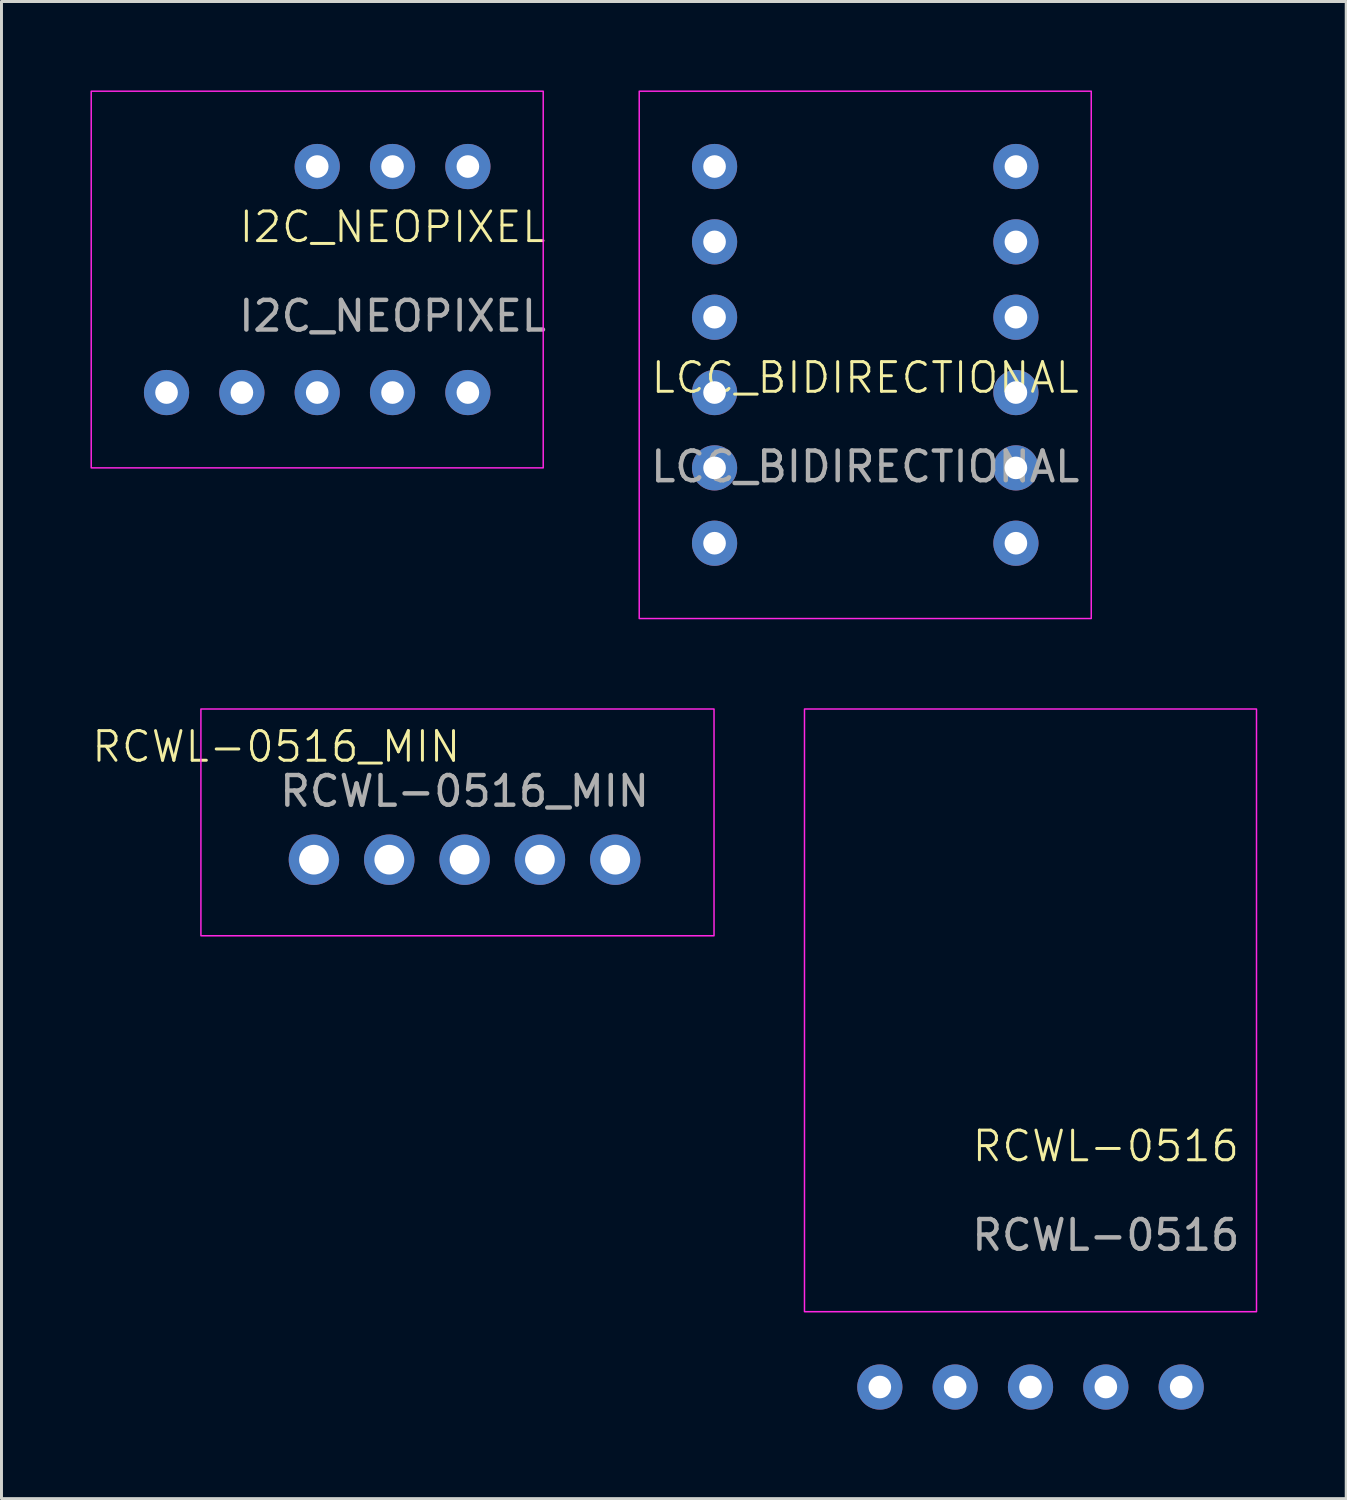
<source format=kicad_pcb>
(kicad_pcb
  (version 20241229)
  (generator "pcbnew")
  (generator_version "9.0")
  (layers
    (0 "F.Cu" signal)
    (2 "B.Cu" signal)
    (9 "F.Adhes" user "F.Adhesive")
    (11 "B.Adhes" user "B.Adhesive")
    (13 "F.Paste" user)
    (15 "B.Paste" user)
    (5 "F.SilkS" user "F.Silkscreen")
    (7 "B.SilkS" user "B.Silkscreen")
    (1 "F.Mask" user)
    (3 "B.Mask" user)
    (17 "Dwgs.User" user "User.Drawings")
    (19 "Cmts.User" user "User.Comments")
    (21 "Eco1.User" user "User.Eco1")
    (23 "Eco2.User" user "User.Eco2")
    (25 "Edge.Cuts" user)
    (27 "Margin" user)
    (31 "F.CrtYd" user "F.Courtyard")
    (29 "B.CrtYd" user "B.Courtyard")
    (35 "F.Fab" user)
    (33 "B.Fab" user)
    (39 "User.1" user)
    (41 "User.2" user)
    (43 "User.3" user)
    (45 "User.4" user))
  (footprint "I2C_NEOPIXEL"
    (layer "F.Cu")
    (at 10.185 5.105)
    (property "Reference" "I2C_NEOPIXEL" (at 0 -0.5 0) (unlocked yes) (layer "F.SilkS") (effects (font (size 1 1) (thickness 0.1))))
    (attr through_hole)
    (fp_rect (start -10.16 -5.08) (end 5.08 7.62) (stroke (width 0.05) (type default)) (fill no) (layer "F.CrtYd"))
    (fp_text user "${REFERENCE}" (at 0 2.5 0) (unlocked yes) (layer "F.Fab") (effects (font (size 1 1) (thickness 0.15))))
    (pad "1" thru_hole circle (at -7.62 5.08) (size 1.524 1.524) (drill 0.762) (layers "*.Cu" "*.Mask"))
    (pad "2" thru_hole circle (at -5.08 5.08) (size 1.524 1.524) (drill 0.762) (layers "*.Cu" "*.Mask"))
    (pad "3" thru_hole circle (at -2.54 5.08) (size 1.524 1.524) (drill 0.762) (layers "*.Cu" "*.Mask"))
    (pad "4" thru_hole circle (at 0 5.08) (size 1.524 1.524) (drill 0.762) (layers "*.Cu" "*.Mask"))
    (pad "5" thru_hole circle (at 2.54 5.08) (size 1.524 1.524) (drill 0.762) (layers "*.Cu" "*.Mask"))
    (pad "6" thru_hole circle (at -2.54 -2.54) (size 1.524 1.524) (drill 0.762) (layers "*.Cu" "*.Mask"))
    (pad "7" thru_hole circle (at 0 -2.54) (size 1.524 1.524) (drill 0.762) (layers "*.Cu" "*.Mask"))
    (pad "8" thru_hole circle (at 2.54 -2.54) (size 1.524 1.524) (drill 0.762) (layers "*.Cu" "*.Mask")))
  (footprint "LCC_BIDIRECTIONAL"
    (layer "F.Cu")
    (at 26.122 10.185)
    (property "Reference" "LCC_BIDIRECTIONAL" (at 0 -0.5 0) (unlocked yes) (layer "F.SilkS") (effects (font (size 1 1) (thickness 0.1))))
    (attr through_hole)
    (fp_rect (start -7.62 -10.16) (end 7.62 7.62) (stroke (width 0.05) (type default)) (fill no) (layer "F.CrtYd"))
    (fp_text user "${REFERENCE}" (at 0 2.5 0) (unlocked yes) (layer "F.Fab") (effects (font (size 1 1) (thickness 0.15))))
    (pad "1" thru_hole circle (at -5.08 -7.62) (size 1.524 1.524) (drill 0.762) (layers "*.Cu" "*.Mask"))
    (pad "2" thru_hole circle (at -5.08 -5.08) (size 1.524 1.524) (drill 0.762) (layers "*.Cu" "*.Mask"))
    (pad "3" thru_hole circle (at -5.08 -2.54) (size 1.524 1.524) (drill 0.762) (layers "*.Cu" "*.Mask"))
    (pad "4" thru_hole circle (at -5.08 0) (size 1.524 1.524) (drill 0.762) (layers "*.Cu" "*.Mask"))
    (pad "5" thru_hole circle (at -5.08 2.54) (size 1.524 1.524) (drill 0.762) (layers "*.Cu" "*.Mask"))
    (pad "6" thru_hole circle (at -5.08 5.08) (size 1.524 1.524) (drill 0.762) (layers "*.Cu" "*.Mask"))
    (pad "7" thru_hole circle (at 5.08 -7.62) (size 1.524 1.524) (drill 0.762) (layers "*.Cu" "*.Mask"))
    (pad "8" thru_hole circle (at 5.08 -5.08) (size 1.524 1.524) (drill 0.762) (layers "*.Cu" "*.Mask"))
    (pad "9" thru_hole circle (at 5.08 -2.54) (size 1.524 1.524) (drill 0.762) (layers "*.Cu" "*.Mask"))
    (pad "10" thru_hole circle (at 5.08 0) (size 1.524 1.524) (drill 0.762) (layers "*.Cu" "*.Mask"))
    (pad "11" thru_hole circle (at 5.08 2.54) (size 1.524 1.524) (drill 0.762) (layers "*.Cu" "*.Mask"))
    (pad "12" thru_hole circle (at 5.08 5.08) (size 1.524 1.524) (drill 0.762) (layers "*.Cu" "*.Mask")))
  (footprint "RCWL-0516_MIN"
    (layer "F.Cu")
    (at 3.724 28.475)
    (property "Reference" "RCWL-0516_MIN" (at 2.54 -6.35 0) (unlocked yes) (layer "F.SilkS") (effects (font (size 1 1) (thickness 0.1))))
    (attr through_hole)
    (fp_rect (start 0 -7.62) (end 17.3 0.025) (stroke (width 0.05) (type default)) (fill no) (layer "F.CrtYd"))
    (fp_text user "${REFERENCE}" (at 8.89 -4.85 0) (unlocked yes) (layer "F.Fab") (effects (font (size 1 1) (thickness 0.15))))
    (pad "1" thru_hole circle (at 13.97 -2.54) (size 1.7 1.7) (drill 1) (layers "*.Cu" "*.Mask"))
    (pad "2" thru_hole circle (at 11.43 -2.54) (size 1.7 1.7) (drill 1) (layers "*.Cu" "*.Mask"))
    (pad "3" thru_hole circle (at 8.89 -2.54) (size 1.7 1.7) (drill 1) (layers "*.Cu" "*.Mask"))
    (pad "4" thru_hole circle (at 6.35 -2.54) (size 1.7 1.7) (drill 1) (layers "*.Cu" "*.Mask"))
    (pad "5" thru_hole circle (at 3.81 -2.54) (size 1.7 1.7) (drill 1) (layers "*.Cu" "*.Mask")))
  (footprint "RCWL-0516"
    (layer "F.Cu")
    (at 34.234 36.095)
    (property "Reference" "RCWL-0516" (at 0 -0.5 0) (unlocked yes) (layer "F.SilkS") (effects (font (size 1 1) (thickness 0.1))))
    (attr through_hole)
    (fp_rect (start -10.16 5.08) (end 5.08 -15.24) (stroke (width 0.05) (type default)) (fill no) (layer "F.CrtYd"))
    (fp_text user "${REFERENCE}" (at 0 2.5 0) (unlocked yes) (layer "F.Fab") (effects (font (size 1 1) (thickness 0.15))))
    (pad "1" thru_hole circle (at -7.62 7.62) (size 1.524 1.524) (drill 0.762) (layers "*.Cu" "*.Mask"))
    (pad "2" thru_hole circle (at -5.08 7.62) (size 1.524 1.524) (drill 0.762) (layers "*.Cu" "*.Mask"))
    (pad "3" thru_hole circle (at -2.54 7.62) (size 1.524 1.524) (drill 0.762) (layers "*.Cu" "*.Mask"))
    (pad "4" thru_hole circle (at 0 7.62) (size 1.524 1.524) (drill 0.762) (layers "*.Cu" "*.Mask"))
    (pad "5" thru_hole circle (at 2.54 7.62) (size 1.524 1.524) (drill 0.762) (layers "*.Cu" "*.Mask")))
  (gr_rect
    (start -3 -3)
    (end 42.339 47.477)
    (stroke (width 0.1) (type default))
    (fill no)
    (layer "Edge.Cuts")))
</source>
